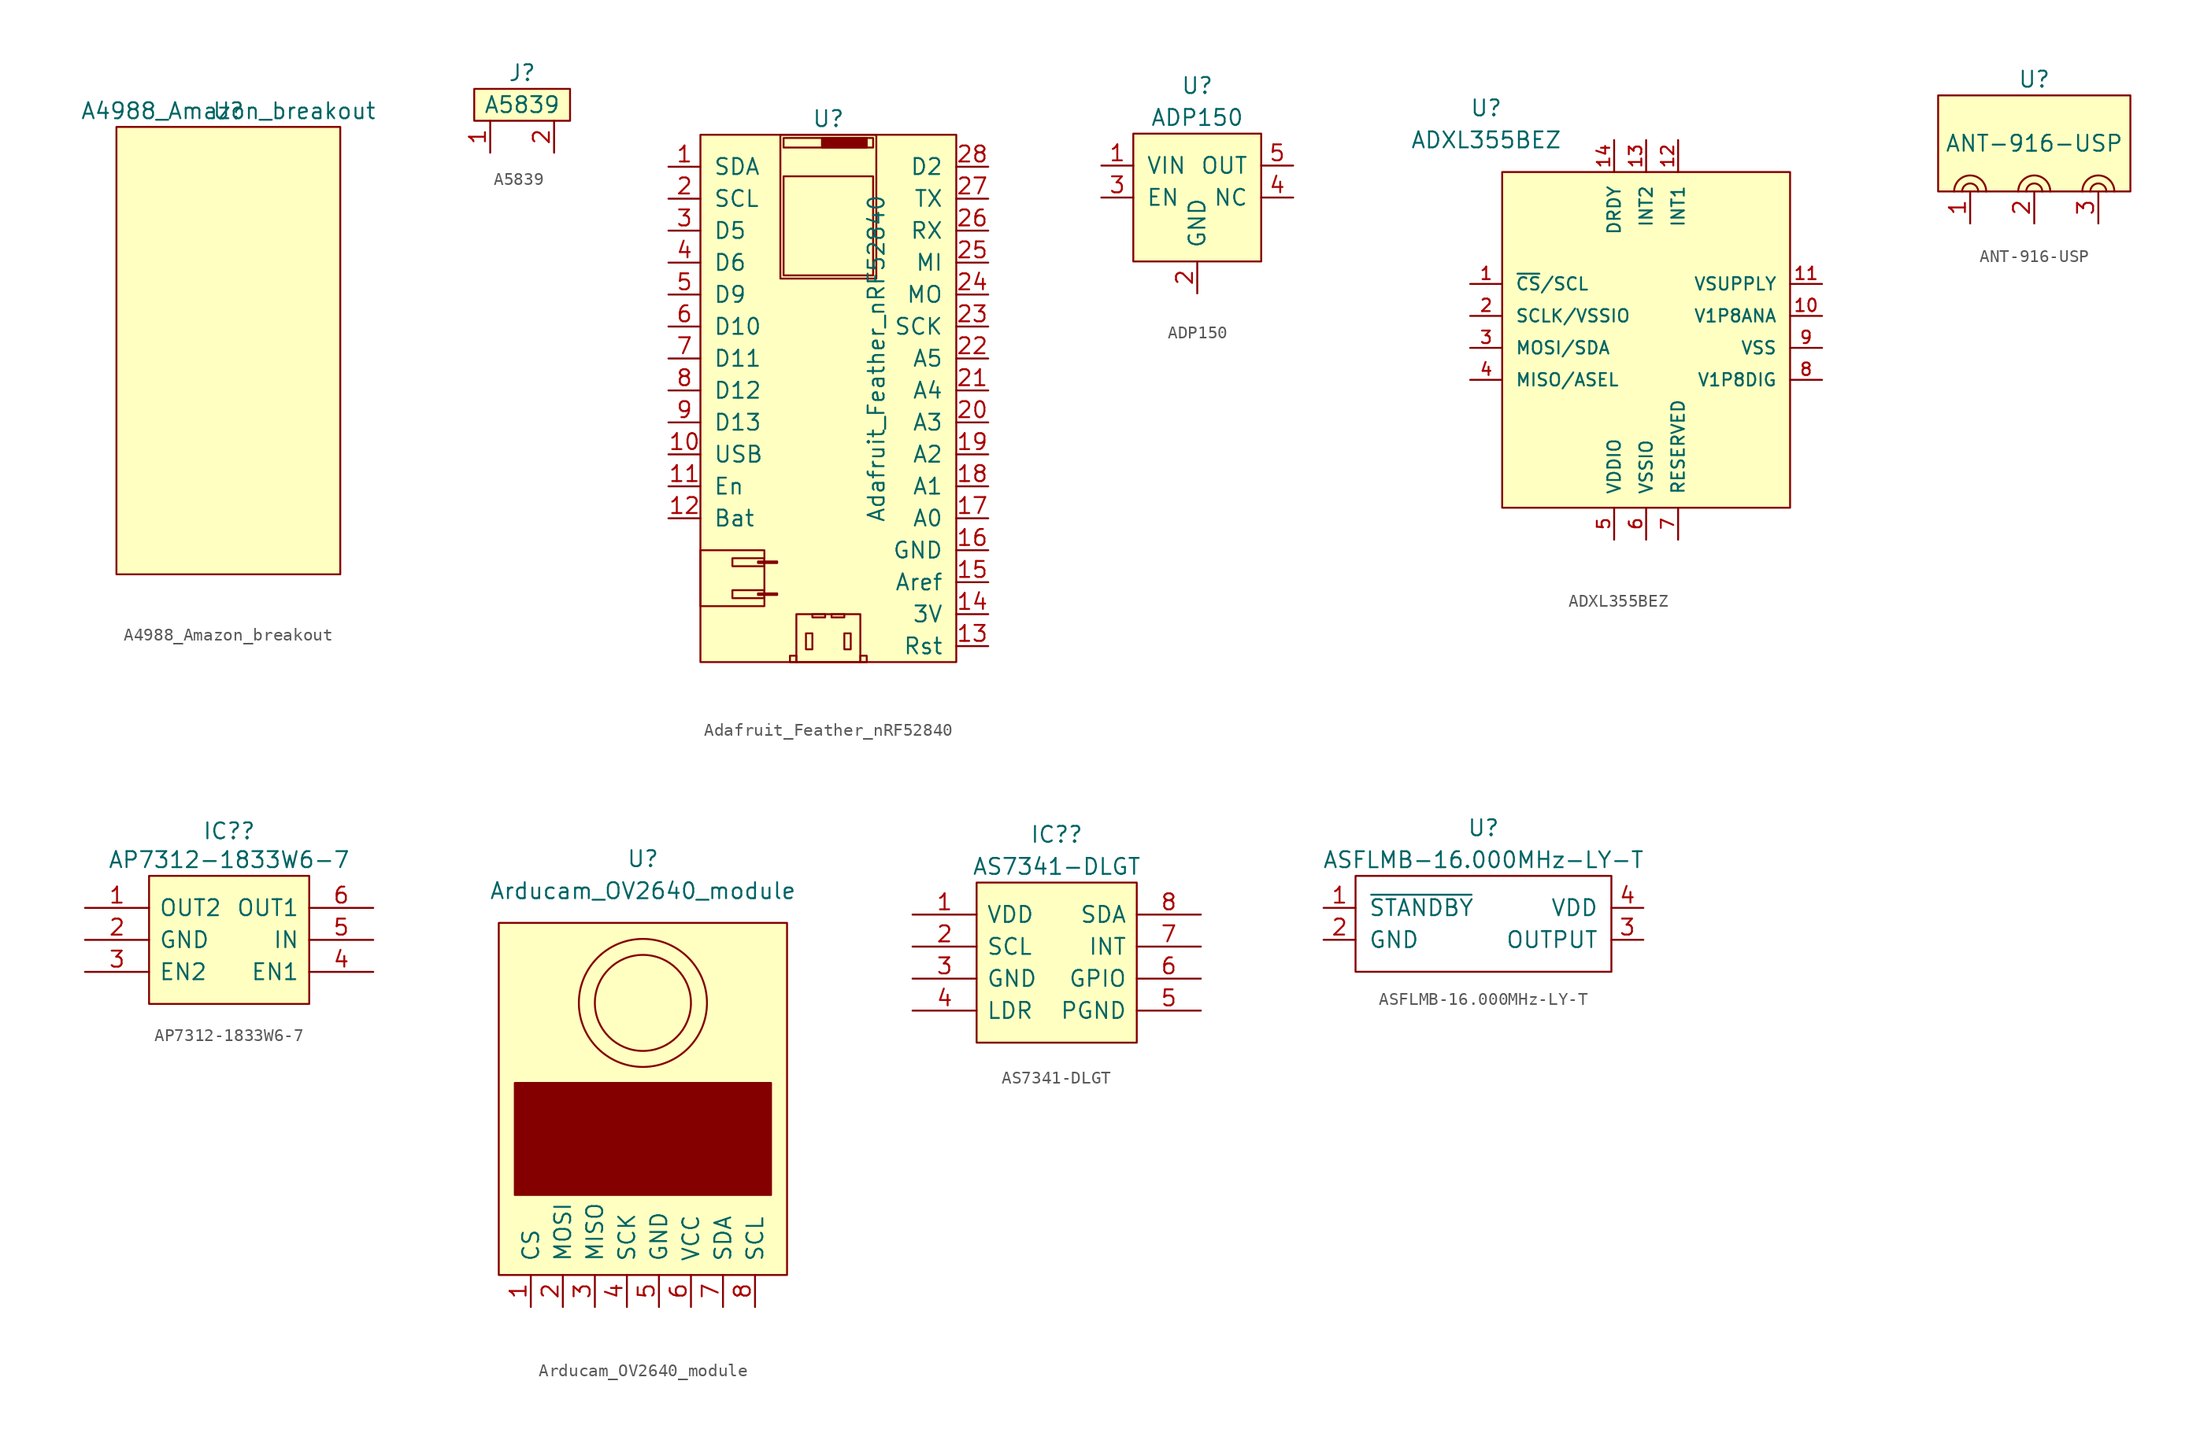
<source format=kicad_sym>
(kicad_symbol_lib
  (version 20211014)
  (generator kicad_symbol_editor)
  (symbol "A4988_Amazon_breakout"
    (property "Reference" "U"
      (at 0 0 0)
      (effects (font (size 1.27 1.27))))
    (property "Value" "A4988_Amazon_breakout"
      (at 0 0 0)
      (effects (font (size 1.27 1.27))))
    (symbol "A4988_Amazon_breakout_0_1"
      (rectangle (start -8.89 -1.27) (end 8.89 -36.83) (stroke (width 0.152) (type default) (color 0 0 0 0)) (fill (type background)))))
  (symbol "A5839"
    (pin_names
      (offset 1.016))
    (property "Reference" "J"
      (at 0 2.54 0)
      (effects (font (size 1.27 1.27))))
    (property "Value" "A5839"
      (at 0 0 0)
      (effects (font (size 1.27 1.27))))
    (symbol "A5839_0_1"
      (rectangle (start -3.81 1.27) (end 3.81 -1.27) (stroke (width 0) (type default) (color 0 0 0 0)) (fill (type background))))
    (symbol "A5839_1_1"
      (pin input line (at -2.54 -3.81 90) (length 2.54) (name "~" (effects (font (size 1.27 1.27)))) (number "1" (effects (font (size 1.27 1.27)))))
      (pin input line (at 2.54 -3.81 90) (length 2.54) (name "~" (effects (font (size 1.27 1.27)))) (number "2" (effects (font (size 1.27 1.27)))))))
  (symbol "Adafruit_Feather_nRF52840"
    (pin_names
      (offset 1.016))
    (property "Reference" "U"
      (at 0 -2.54 0)
      (effects (font (size 1.27 1.27))))
    (property "Value" "Adafruit_Feather_nRF52840"
      (at 3.81 -21.59 90)
      (effects (font (size 1.27 1.27))))
    (symbol "Adafruit_Feather_nRF52840_0_1"
      (rectangle (start -10.16 -41.275) (end -5.08 -36.83) (stroke (width 0) (type default) (color 0 0 0 0)) (fill (type none)))
      (rectangle (start -10.16 -3.81) (end 10.16 -45.72) (stroke (width 0) (type default) (color 0 0 0 0)) (fill (type background)))
      (rectangle (start -5.588 -40.259) (end -4.064 -40.386) (stroke (width 0) (type default) (color 0 0 0 0)) (fill (type none)))
      (rectangle (start -5.588 -37.719) (end -4.064 -37.846) (stroke (width 0) (type default) (color 0 0 0 0)) (fill (type none)))
      (rectangle (start -5.08 -40.64) (end -7.62 -40.005) (stroke (width 0) (type default) (color 0 0 0 0)) (fill (type none)))
      (rectangle (start -5.08 -37.465) (end -7.62 -38.1) (stroke (width 0) (type default) (color 0 0 0 0)) (fill (type none)))
      (rectangle (start -3.81 -3.81) (end 3.81 -15.24) (stroke (width 0) (type default) (color 0 0 0 0)) (fill (type none)))
      (rectangle (start -3.556 -14.986) (end 3.556 -7.112) (stroke (width 0) (type default) (color 0 0 0 0)) (fill (type none)))
      (rectangle (start -3.556 -4.064) (end 3.556 -4.826) (stroke (width 0) (type default) (color 0 0 0 0)) (fill (type none)))
      (rectangle (start -3.048 -45.72) (end -2.54 -45.212) (stroke (width 0) (type default) (color 0 0 0 0)) (fill (type none)))
      (rectangle (start -2.54 -45.72) (end 2.54 -41.91) (stroke (width 0) (type default) (color 0 0 0 0)) (fill (type none)))
      (rectangle (start -1.778 -43.434) (end -1.27 -44.704) (stroke (width 0) (type default) (color 0 0 0 0)) (fill (type none)))
      (rectangle (start -1.27 -41.91) (end -0.254 -42.164) (stroke (width 0) (type default) (color 0 0 0 0)) (fill (type none)))
      (rectangle (start -0.508 -4.064) (end 3.048 -4.826) (stroke (width 0) (type default) (color 0 0 0 0)) (fill (type outline)))
      (rectangle (start 0.254 -41.91) (end 1.27 -42.164) (stroke (width 0) (type default) (color 0 0 0 0)) (fill (type none)))
      (rectangle (start 1.27 -43.434) (end 1.778 -44.704) (stroke (width 0) (type default) (color 0 0 0 0)) (fill (type none)))
      (rectangle (start 3.048 -45.72) (end 2.54 -45.212) (stroke (width 0) (type default) (color 0 0 0 0)) (fill (type none))))
    (symbol "Adafruit_Feather_nRF52840_1_1"
      (pin input line (at -12.7 -6.35 0) (length 2.54) (name "SDA" (effects (font (size 1.27 1.27)))) (number "1" (effects (font (size 1.27 1.27)))))
      (pin input line (at -12.7 -29.21 0) (length 2.54) (name "USB" (effects (font (size 1.27 1.27)))) (number "10" (effects (font (size 1.27 1.27)))))
      (pin input line (at -12.7 -31.75 0) (length 2.54) (name "En" (effects (font (size 1.27 1.27)))) (number "11" (effects (font (size 1.27 1.27)))))
      (pin input line (at -12.7 -34.29 0) (length 2.54) (name "Bat" (effects (font (size 1.27 1.27)))) (number "12" (effects (font (size 1.27 1.27)))))
      (pin input line (at 12.7 -44.45 180) (length 2.54) (name "Rst" (effects (font (size 1.27 1.27)))) (number "13" (effects (font (size 1.27 1.27)))))
      (pin input line (at 12.7 -41.91 180) (length 2.54) (name "3V" (effects (font (size 1.27 1.27)))) (number "14" (effects (font (size 1.27 1.27)))))
      (pin input line (at 12.7 -39.37 180) (length 2.54) (name "Aref" (effects (font (size 1.27 1.27)))) (number "15" (effects (font (size 1.27 1.27)))))
      (pin input line (at 12.7 -36.83 180) (length 2.54) (name "GND" (effects (font (size 1.27 1.27)))) (number "16" (effects (font (size 1.27 1.27)))))
      (pin input line (at 12.7 -34.29 180) (length 2.54) (name "A0" (effects (font (size 1.27 1.27)))) (number "17" (effects (font (size 1.27 1.27)))))
      (pin input line (at 12.7 -31.75 180) (length 2.54) (name "A1" (effects (font (size 1.27 1.27)))) (number "18" (effects (font (size 1.27 1.27)))))
      (pin input line (at 12.7 -29.21 180) (length 2.54) (name "A2" (effects (font (size 1.27 1.27)))) (number "19" (effects (font (size 1.27 1.27)))))
      (pin input line (at -12.7 -8.89 0) (length 2.54) (name "SCL" (effects (font (size 1.27 1.27)))) (number "2" (effects (font (size 1.27 1.27)))))
      (pin input line (at 12.7 -26.67 180) (length 2.54) (name "A3" (effects (font (size 1.27 1.27)))) (number "20" (effects (font (size 1.27 1.27)))))
      (pin input line (at 12.7 -24.13 180) (length 2.54) (name "A4" (effects (font (size 1.27 1.27)))) (number "21" (effects (font (size 1.27 1.27)))))
      (pin input line (at 12.7 -21.59 180) (length 2.54) (name "A5" (effects (font (size 1.27 1.27)))) (number "22" (effects (font (size 1.27 1.27)))))
      (pin input line (at 12.7 -19.05 180) (length 2.54) (name "SCK" (effects (font (size 1.27 1.27)))) (number "23" (effects (font (size 1.27 1.27)))))
      (pin input line (at 12.7 -16.51 180) (length 2.54) (name "MO" (effects (font (size 1.27 1.27)))) (number "24" (effects (font (size 1.27 1.27)))))
      (pin input line (at 12.7 -13.97 180) (length 2.54) (name "MI" (effects (font (size 1.27 1.27)))) (number "25" (effects (font (size 1.27 1.27)))))
      (pin input line (at 12.7 -11.43 180) (length 2.54) (name "RX" (effects (font (size 1.27 1.27)))) (number "26" (effects (font (size 1.27 1.27)))))
      (pin input line (at 12.7 -8.89 180) (length 2.54) (name "TX" (effects (font (size 1.27 1.27)))) (number "27" (effects (font (size 1.27 1.27)))))
      (pin input line (at 12.7 -6.35 180) (length 2.54) (name "D2" (effects (font (size 1.27 1.27)))) (number "28" (effects (font (size 1.27 1.27)))))
      (pin input line (at -12.7 -11.43 0) (length 2.54) (name "D5" (effects (font (size 1.27 1.27)))) (number "3" (effects (font (size 1.27 1.27)))))
      (pin input line (at -12.7 -13.97 0) (length 2.54) (name "D6" (effects (font (size 1.27 1.27)))) (number "4" (effects (font (size 1.27 1.27)))))
      (pin input line (at -12.7 -16.51 0) (length 2.54) (name "D9" (effects (font (size 1.27 1.27)))) (number "5" (effects (font (size 1.27 1.27)))))
      (pin input line (at -12.7 -19.05 0) (length 2.54) (name "D10" (effects (font (size 1.27 1.27)))) (number "6" (effects (font (size 1.27 1.27)))))
      (pin input line (at -12.7 -21.59 0) (length 2.54) (name "D11" (effects (font (size 1.27 1.27)))) (number "7" (effects (font (size 1.27 1.27)))))
      (pin input line (at -12.7 -24.13 0) (length 2.54) (name "D12" (effects (font (size 1.27 1.27)))) (number "8" (effects (font (size 1.27 1.27)))))
      (pin input line (at -12.7 -26.67 0) (length 2.54) (name "D13" (effects (font (size 1.27 1.27)))) (number "9" (effects (font (size 1.27 1.27)))))))
  (symbol "ADP150"
    (pin_names
      (offset 1.016))
    (property "Reference" "U"
      (at 0 1.27 0)
      (effects (font (size 1.27 1.27))))
    (property "Value" "ADP150"
      (at 0 -1.27 0)
      (effects (font (size 1.27 1.27))))
    (symbol "ADP150_0_1"
      (rectangle (start -5.08 -2.54) (end 5.08 -12.7) (stroke (width 0) (type default) (color 0 0 0 0)) (fill (type background))))
    (symbol "ADP150_1_1"
      (pin input line (at -7.62 -5.08 0) (length 2.54) (name "VIN" (effects (font (size 1.27 1.27)))) (number "1" (effects (font (size 1.27 1.27)))))
      (pin input line (at 0 -15.24 90) (length 2.54) (name "GND" (effects (font (size 1.27 1.27)))) (number "2" (effects (font (size 1.27 1.27)))))
      (pin input line (at -7.62 -7.62 0) (length 2.54) (name "EN" (effects (font (size 1.27 1.27)))) (number "3" (effects (font (size 1.27 1.27)))))
      (pin input line (at 7.62 -7.62 180) (length 2.54) (name "NC" (effects (font (size 1.27 1.27)))) (number "4" (effects (font (size 1.27 1.27)))))
      (pin input line (at 7.62 -5.08 180) (length 2.54) (name "OUT" (effects (font (size 1.27 1.27)))) (number "5" (effects (font (size 1.27 1.27)))))))
  (symbol "ADXL355BEZ"
    (pin_names
      (offset 1.016))
    (property "Reference" "U"
      (at -12.7 5.08 0)
      (effects (font (size 1.27 1.27))))
    (property "Value" "ADXL355BEZ"
      (at -12.7 2.54 0)
      (effects (font (size 1.27 1.27))))
    (symbol "ADXL355BEZ_0_1"
      (rectangle (start -11.43 0) (end 11.43 -26.67) (stroke (width 0) (type default) (color 0 0 0 0)) (fill (type background))))
    (symbol "ADXL355BEZ_1_1"
      (pin input line (at -13.97 -8.89 0) (length 2.54) (name "~{CS}/SCL" (effects (font (size 0.991 0.991)))) (number "1" (effects (font (size 0.991 0.991)))))
      (pin input line (at 13.97 -11.43 180) (length 2.54) (name "V1P8ANA" (effects (font (size 0.991 0.991)))) (number "10" (effects (font (size 0.991 0.991)))))
      (pin input line (at 13.97 -8.89 180) (length 2.54) (name "VSUPPLY" (effects (font (size 0.991 0.991)))) (number "11" (effects (font (size 0.991 0.991)))))
      (pin input line (at 2.54 2.54 270) (length 2.54) (name "INT1" (effects (font (size 0.991 0.991)))) (number "12" (effects (font (size 0.991 0.991)))))
      (pin input line (at 0 2.54 270) (length 2.54) (name "INT2" (effects (font (size 0.991 0.991)))) (number "13" (effects (font (size 0.991 0.991)))))
      (pin input line (at -2.54 2.54 270) (length 2.54) (name "DRDY" (effects (font (size 0.991 0.991)))) (number "14" (effects (font (size 0.991 0.991)))))
      (pin input line (at -13.97 -11.43 0) (length 2.54) (name "SCLK/VSSIO" (effects (font (size 0.991 0.991)))) (number "2" (effects (font (size 0.991 0.991)))))
      (pin input line (at -13.97 -13.97 0) (length 2.54) (name "MOSI/SDA" (effects (font (size 0.991 0.991)))) (number "3" (effects (font (size 0.991 0.991)))))
      (pin input line (at -13.97 -16.51 0) (length 2.54) (name "MISO/ASEL" (effects (font (size 0.991 0.991)))) (number "4" (effects (font (size 0.991 0.991)))))
      (pin input line (at -2.54 -29.21 90) (length 2.54) (name "VDDIO" (effects (font (size 0.991 0.991)))) (number "5" (effects (font (size 0.991 0.991)))))
      (pin input line (at 0 -29.21 90) (length 2.54) (name "VSSIO" (effects (font (size 0.991 0.991)))) (number "6" (effects (font (size 0.991 0.991)))))
      (pin input line (at 2.54 -29.21 90) (length 2.54) (name "RESERVED" (effects (font (size 0.991 0.991)))) (number "7" (effects (font (size 0.991 0.991)))))
      (pin input line (at 13.97 -16.51 180) (length 2.54) (name "V1P8DIG" (effects (font (size 0.991 0.991)))) (number "8" (effects (font (size 0.991 0.991)))))
      (pin input line (at 13.97 -13.97 180) (length 2.54) (name "VSS" (effects (font (size 0.991 0.991)))) (number "9" (effects (font (size 0.991 0.991)))))))
  (symbol "ANT-916-USP"
    (pin_names
      (offset 1.016))
    (property "Reference" "U"
      (at 0 0 0)
      (effects (font (size 1.27 1.27))))
    (property "Value" "ANT-916-USP"
      (at 0 -5.08 0)
      (effects (font (size 1.27 1.27))))
    (symbol "ANT-916-USP_0_1"
      (rectangle (start -7.62 -1.27) (end 7.62 -8.89) (stroke (width 0) (type default) (color 0 0 0 0)) (fill (type background)))
      (arc (start -4.445 -8.89) (mid -5.08 -8.255) (end -5.715 -8.89) (stroke (width 0) (type default) (color 0 0 0 0)) (fill (type none)))
      (arc (start -3.81 -8.89) (mid -5.08 -7.62) (end -6.35 -8.89) (stroke (width 0) (type default) (color 0 0 0 0)) (fill (type none)))
      (arc (start 0.635 -8.89) (mid 0 -8.255) (end -0.635 -8.89) (stroke (width 0) (type default) (color 0 0 0 0)) (fill (type none)))
      (arc (start 1.27 -8.89) (mid 0 -7.62) (end -1.27 -8.89) (stroke (width 0) (type default) (color 0 0 0 0)) (fill (type none)))
      (arc (start 5.715 -8.89) (mid 5.08 -8.255) (end 4.445 -8.89) (stroke (width 0) (type default) (color 0 0 0 0)) (fill (type none)))
      (arc (start 6.35 -8.89) (mid 5.08 -7.62) (end 3.81 -8.89) (stroke (width 0) (type default) (color 0 0 0 0)) (fill (type none))))
    (symbol "ANT-916-USP_1_1"
      (pin input line (at -5.08 -11.43 90) (length 2.54) (name "~" (effects (font (size 1.27 1.27)))) (number "1" (effects (font (size 1.27 1.27)))))
      (pin input line (at 0 -11.43 90) (length 2.54) (name "~" (effects (font (size 1.27 1.27)))) (number "2" (effects (font (size 1.27 1.27)))))
      (pin input line (at 5.08 -11.43 90) (length 2.54) (name "~" (effects (font (size 1.27 1.27)))) (number "3" (effects (font (size 1.27 1.27)))))))
  (symbol "AP7312-1833W6-7"
    (pin_names
      (offset 0.762))
    (property "Reference" "IC?"
      (at 11.43 6.096 0)
      (effects (font (size 1.27 1.27))))
    (property "Value" "AP7312-1833W6-7"
      (at 11.43 3.81 0)
      (effects (font (size 1.27 1.27))))
    (symbol "AP7312-1833W6-7_0_0"
      (pin output line (at 0 0 0) (length 5.08) (name "OUT2" (effects (font (size 1.27 1.27)))) (number "1" (effects (font (size 1.27 1.27)))))
      (pin power_in line (at 0 -2.54 0) (length 5.08) (name "GND" (effects (font (size 1.27 1.27)))) (number "2" (effects (font (size 1.27 1.27)))))
      (pin passive line (at 0 -5.08 0) (length 5.08) (name "EN2" (effects (font (size 1.27 1.27)))) (number "3" (effects (font (size 1.27 1.27)))))
      (pin passive line (at 22.86 -5.08 180) (length 5.08) (name "EN1" (effects (font (size 1.27 1.27)))) (number "4" (effects (font (size 1.27 1.27)))))
      (pin input line (at 22.86 -2.54 180) (length 5.08) (name "IN" (effects (font (size 1.27 1.27)))) (number "5" (effects (font (size 1.27 1.27)))))
      (pin output line (at 22.86 0 180) (length 5.08) (name "OUT1" (effects (font (size 1.27 1.27)))) (number "6" (effects (font (size 1.27 1.27))))))
    (symbol "AP7312-1833W6-7_0_1"
      (polyline (pts (xy 5.08 2.54) (xy 17.78 2.54) (xy 17.78 -7.62) (xy 5.08 -7.62) (xy 5.08 2.54)) (stroke (width 0.152) (type default) (color 0 0 0 0)) (fill (type background)))))
  (symbol "Arducam_OV2640_module"
    (pin_names
      (offset 1.016))
    (property "Reference" "U"
      (at 0 0 0)
      (effects (font (size 1.27 1.27))))
    (property "Value" "Arducam_OV2640_module"
      (at 0 -2.54 0)
      (effects (font (size 1.27 1.27))))
    (symbol "Arducam_OV2640_module_0_1"
      (rectangle (start -11.43 -5.08) (end 11.43 -33.02) (stroke (width 0) (type default) (color 0 0 0 0)) (fill (type background)))
      (rectangle (start -10.16 -17.78) (end 10.16 -26.67) (stroke (width 0) (type default) (color 0 0 0 0)) (fill (type outline)))
      (circle (center 0 -11.43) (radius 3.81) (stroke (width 0) (type default) (color 0 0 0 0)) (fill (type none)))
      (circle (center 0 -11.43) (radius 5.08) (stroke (width 0) (type default) (color 0 0 0 0)) (fill (type none))))
    (symbol "Arducam_OV2640_module_1_1"
      (pin input line (at -8.89 -35.56 90) (length 2.54) (name "CS" (effects (font (size 1.27 1.27)))) (number "1" (effects (font (size 1.27 1.27)))))
      (pin input line (at -6.35 -35.56 90) (length 2.54) (name "MOSI" (effects (font (size 1.27 1.27)))) (number "2" (effects (font (size 1.27 1.27)))))
      (pin input line (at -3.81 -35.56 90) (length 2.54) (name "MISO" (effects (font (size 1.27 1.27)))) (number "3" (effects (font (size 1.27 1.27)))))
      (pin input line (at -1.27 -35.56 90) (length 2.54) (name "SCK" (effects (font (size 1.27 1.27)))) (number "4" (effects (font (size 1.27 1.27)))))
      (pin input line (at 1.27 -35.56 90) (length 2.54) (name "GND" (effects (font (size 1.27 1.27)))) (number "5" (effects (font (size 1.27 1.27)))))
      (pin input line (at 3.81 -35.56 90) (length 2.54) (name "VCC" (effects (font (size 1.27 1.27)))) (number "6" (effects (font (size 1.27 1.27)))))
      (pin input line (at 6.35 -35.56 90) (length 2.54) (name "SDA" (effects (font (size 1.27 1.27)))) (number "7" (effects (font (size 1.27 1.27)))))
      (pin input line (at 8.89 -35.56 90) (length 2.54) (name "SCL" (effects (font (size 1.27 1.27)))) (number "8" (effects (font (size 1.27 1.27)))))))
  (symbol "AS7341-DLGT"
    (pin_names
      (offset 0.762))
    (property "Reference" "IC?"
      (at 11.43 6.35 0)
      (effects (font (size 1.27 1.27))))
    (property "Value" "AS7341-DLGT"
      (at 11.43 3.81 0)
      (effects (font (size 1.27 1.27))))
    (symbol "AS7341-DLGT_0_0"
      (pin passive line (at 0 0 0) (length 5.08) (name "VDD" (effects (font (size 1.27 1.27)))) (number "1" (effects (font (size 1.27 1.27)))))
      (pin passive line (at 0 -2.54 0) (length 5.08) (name "SCL" (effects (font (size 1.27 1.27)))) (number "2" (effects (font (size 1.27 1.27)))))
      (pin passive line (at 0 -5.08 0) (length 5.08) (name "GND" (effects (font (size 1.27 1.27)))) (number "3" (effects (font (size 1.27 1.27)))))
      (pin passive line (at 0 -7.62 0) (length 5.08) (name "LDR" (effects (font (size 1.27 1.27)))) (number "4" (effects (font (size 1.27 1.27)))))
      (pin passive line (at 22.86 -7.62 180) (length 5.08) (name "PGND" (effects (font (size 1.27 1.27)))) (number "5" (effects (font (size 1.27 1.27)))))
      (pin passive line (at 22.86 -5.08 180) (length 5.08) (name "GPIO" (effects (font (size 1.27 1.27)))) (number "6" (effects (font (size 1.27 1.27)))))
      (pin passive line (at 22.86 -2.54 180) (length 5.08) (name "INT" (effects (font (size 1.27 1.27)))) (number "7" (effects (font (size 1.27 1.27)))))
      (pin passive line (at 22.86 0 180) (length 5.08) (name "SDA" (effects (font (size 1.27 1.27)))) (number "8" (effects (font (size 1.27 1.27))))))
    (symbol "AS7341-DLGT_0_1"
      (polyline (pts (xy 5.08 2.54) (xy 17.78 2.54) (xy 17.78 -10.16) (xy 5.08 -10.16) (xy 5.08 2.54)) (stroke (width 0.152) (type default) (color 0 0 0 0)) (fill (type background)))))
  (symbol "ASFLMB-16.000MHz-LY-T"
    (pin_names
      (offset 1.016))
    (property "Reference" "U"
      (at 3.81 1.27 0)
      (effects (font (size 1.27 1.27))))
    (property "Value" "ASFLMB-16.000MHz-LY-T"
      (at 3.81 -1.27 0)
      (effects (font (size 1.27 1.27))))
    (symbol "ASFLMB-16.000MHz-LY-T_0_1"
      (rectangle (start -6.35 -2.54) (end 13.97 -10.16) (stroke (width 0) (type default) (color 0 0 0 0)) (fill (type none))))
    (symbol "ASFLMB-16.000MHz-LY-T_1_1"
      (pin input line (at -8.89 -5.08 0) (length 2.54) (name "~{STANDBY}" (effects (font (size 1.27 1.27)))) (number "1" (effects (font (size 1.27 1.27)))))
      (pin input line (at -8.89 -7.62 0) (length 2.54) (name "GND" (effects (font (size 1.27 1.27)))) (number "2" (effects (font (size 1.27 1.27)))))
      (pin input line (at 16.51 -7.62 180) (length 2.54) (name "OUTPUT" (effects (font (size 1.27 1.27)))) (number "3" (effects (font (size 1.27 1.27)))))
      (pin input line (at 16.51 -5.08 180) (length 2.54) (name "VDD" (effects (font (size 1.27 1.27)))) (number "4" (effects (font (size 1.27 1.27))))))))
</source>
